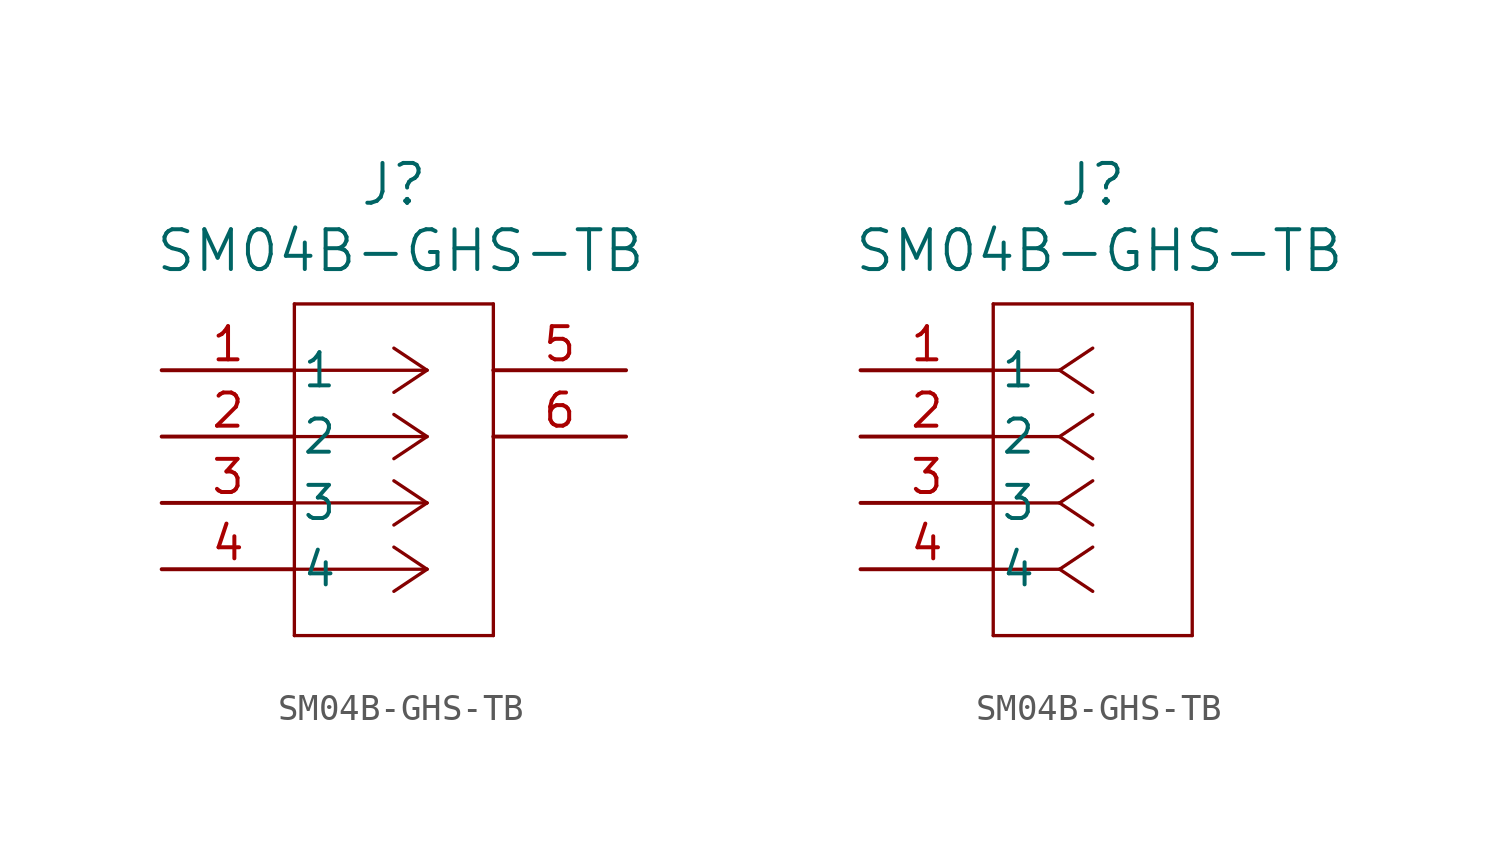
<source format=kicad_sym>
(kicad_symbol_lib
  (version 20241209)
  (generator "kicad_symbol_editor")
  (generator_version "9.0")
  (symbol "SM04B-GHS-TB"
    (pin_names
      (offset 0.254))
    (property "Reference" "J"
      (at 8.89 7.112 0)
      (effects (font (size 1.524 1.524))))
    (property "Value" "SM04B-GHS-TB"
      (at 9.144 4.572 0)
      (effects (font (size 1.524 1.524))))
    (symbol "SM04B-GHS-TB_1_1"
      (polyline (pts (xy 5.08 2.54) (xy 5.08 -10.16)) (stroke (width 0.127) (type default)) (fill (type none)))
      (polyline (pts (xy 5.08 -10.16) (xy 12.7 -10.16)) (stroke (width 0.127) (type default)) (fill (type none)))
      (polyline (pts (xy 10.16 0) (xy 5.08 0)) (stroke (width 0.127) (type default)) (fill (type none)))
      (polyline (pts (xy 10.16 0) (xy 8.89 0.847)) (stroke (width 0.127) (type default)) (fill (type none)))
      (polyline (pts (xy 10.16 0) (xy 8.89 -0.847)) (stroke (width 0.127) (type default)) (fill (type none)))
      (polyline (pts (xy 10.16 -2.54) (xy 5.08 -2.54)) (stroke (width 0.127) (type default)) (fill (type none)))
      (polyline (pts (xy 10.16 -2.54) (xy 8.89 -1.693)) (stroke (width 0.127) (type default)) (fill (type none)))
      (polyline (pts (xy 10.16 -2.54) (xy 8.89 -3.387)) (stroke (width 0.127) (type default)) (fill (type none)))
      (polyline (pts (xy 10.16 -5.08) (xy 5.08 -5.08)) (stroke (width 0.127) (type default)) (fill (type none)))
      (polyline (pts (xy 10.16 -5.08) (xy 8.89 -4.233)) (stroke (width 0.127) (type default)) (fill (type none)))
      (polyline (pts (xy 10.16 -5.08) (xy 8.89 -5.927)) (stroke (width 0.127) (type default)) (fill (type none)))
      (polyline (pts (xy 10.16 -7.62) (xy 5.08 -7.62)) (stroke (width 0.127) (type default)) (fill (type none)))
      (polyline (pts (xy 10.16 -7.62) (xy 8.89 -6.773)) (stroke (width 0.127) (type default)) (fill (type none)))
      (polyline (pts (xy 10.16 -7.62) (xy 8.89 -8.467)) (stroke (width 0.127) (type default)) (fill (type none)))
      (polyline (pts (xy 12.7 2.54) (xy 5.08 2.54)) (stroke (width 0.127) (type default)) (fill (type none)))
      (polyline (pts (xy 12.7 -10.16) (xy 12.7 2.54)) (stroke (width 0.127) (type default)) (fill (type none)))
      (pin free line (at 0 0 0) (length 5.08) (name "1" (effects (font (size 1.27 1.27)))) (number "1" (effects (font (size 1.27 1.27)))))
      (pin free line (at 0 -2.54 0) (length 5.08) (name "2" (effects (font (size 1.27 1.27)))) (number "2" (effects (font (size 1.27 1.27)))))
      (pin free line (at 0 -5.08 0) (length 5.08) (name "3" (effects (font (size 1.27 1.27)))) (number "3" (effects (font (size 1.27 1.27)))))
      (pin free line (at 0 -7.62 0) (length 5.08) (name "4" (effects (font (size 1.27 1.27)))) (number "4" (effects (font (size 1.27 1.27)))))
      (pin free line (at 17.78 0 180) (length 5.08) (name "" (effects (font (size 1.27 1.27)))) (number "5" (effects (font (size 1.27 1.27)))))
      (pin free line (at 17.78 -2.54 180) (length 5.08) (name "" (effects (font (size 1.27 1.27)))) (number "6" (effects (font (size 1.27 1.27))))))
    (symbol "SM04B-GHS-TB_1_2"
      (polyline (pts (xy 5.08 2.54) (xy 5.08 -10.16)) (stroke (width 0.127) (type default)) (fill (type none)))
      (polyline (pts (xy 5.08 -10.16) (xy 12.7 -10.16)) (stroke (width 0.127) (type default)) (fill (type none)))
      (polyline (pts (xy 7.62 0) (xy 5.08 0)) (stroke (width 0.127) (type default)) (fill (type none)))
      (polyline (pts (xy 7.62 0) (xy 8.89 0.847)) (stroke (width 0.127) (type default)) (fill (type none)))
      (polyline (pts (xy 7.62 0) (xy 8.89 -0.847)) (stroke (width 0.127) (type default)) (fill (type none)))
      (polyline (pts (xy 7.62 -2.54) (xy 5.08 -2.54)) (stroke (width 0.127) (type default)) (fill (type none)))
      (polyline (pts (xy 7.62 -2.54) (xy 8.89 -1.693)) (stroke (width 0.127) (type default)) (fill (type none)))
      (polyline (pts (xy 7.62 -2.54) (xy 8.89 -3.387)) (stroke (width 0.127) (type default)) (fill (type none)))
      (polyline (pts (xy 7.62 -5.08) (xy 5.08 -5.08)) (stroke (width 0.127) (type default)) (fill (type none)))
      (polyline (pts (xy 7.62 -5.08) (xy 8.89 -4.233)) (stroke (width 0.127) (type default)) (fill (type none)))
      (polyline (pts (xy 7.62 -5.08) (xy 8.89 -5.927)) (stroke (width 0.127) (type default)) (fill (type none)))
      (polyline (pts (xy 7.62 -7.62) (xy 5.08 -7.62)) (stroke (width 0.127) (type default)) (fill (type none)))
      (polyline (pts (xy 7.62 -7.62) (xy 8.89 -6.773)) (stroke (width 0.127) (type default)) (fill (type none)))
      (polyline (pts (xy 7.62 -7.62) (xy 8.89 -8.467)) (stroke (width 0.127) (type default)) (fill (type none)))
      (polyline (pts (xy 12.7 2.54) (xy 5.08 2.54)) (stroke (width 0.127) (type default)) (fill (type none)))
      (polyline (pts (xy 12.7 -10.16) (xy 12.7 2.54)) (stroke (width 0.127) (type default)) (fill (type none)))
      (pin unspecified line (at 0 0 0) (length 5.08) (name "1" (effects (font (size 1.27 1.27)))) (number "1" (effects (font (size 1.27 1.27)))))
      (pin unspecified line (at 0 -2.54 0) (length 5.08) (name "2" (effects (font (size 1.27 1.27)))) (number "2" (effects (font (size 1.27 1.27)))))
      (pin unspecified line (at 0 -5.08 0) (length 5.08) (name "3" (effects (font (size 1.27 1.27)))) (number "3" (effects (font (size 1.27 1.27)))))
      (pin unspecified line (at 0 -7.62 0) (length 5.08) (name "4" (effects (font (size 1.27 1.27)))) (number "4" (effects (font (size 1.27 1.27))))))))
</source>
